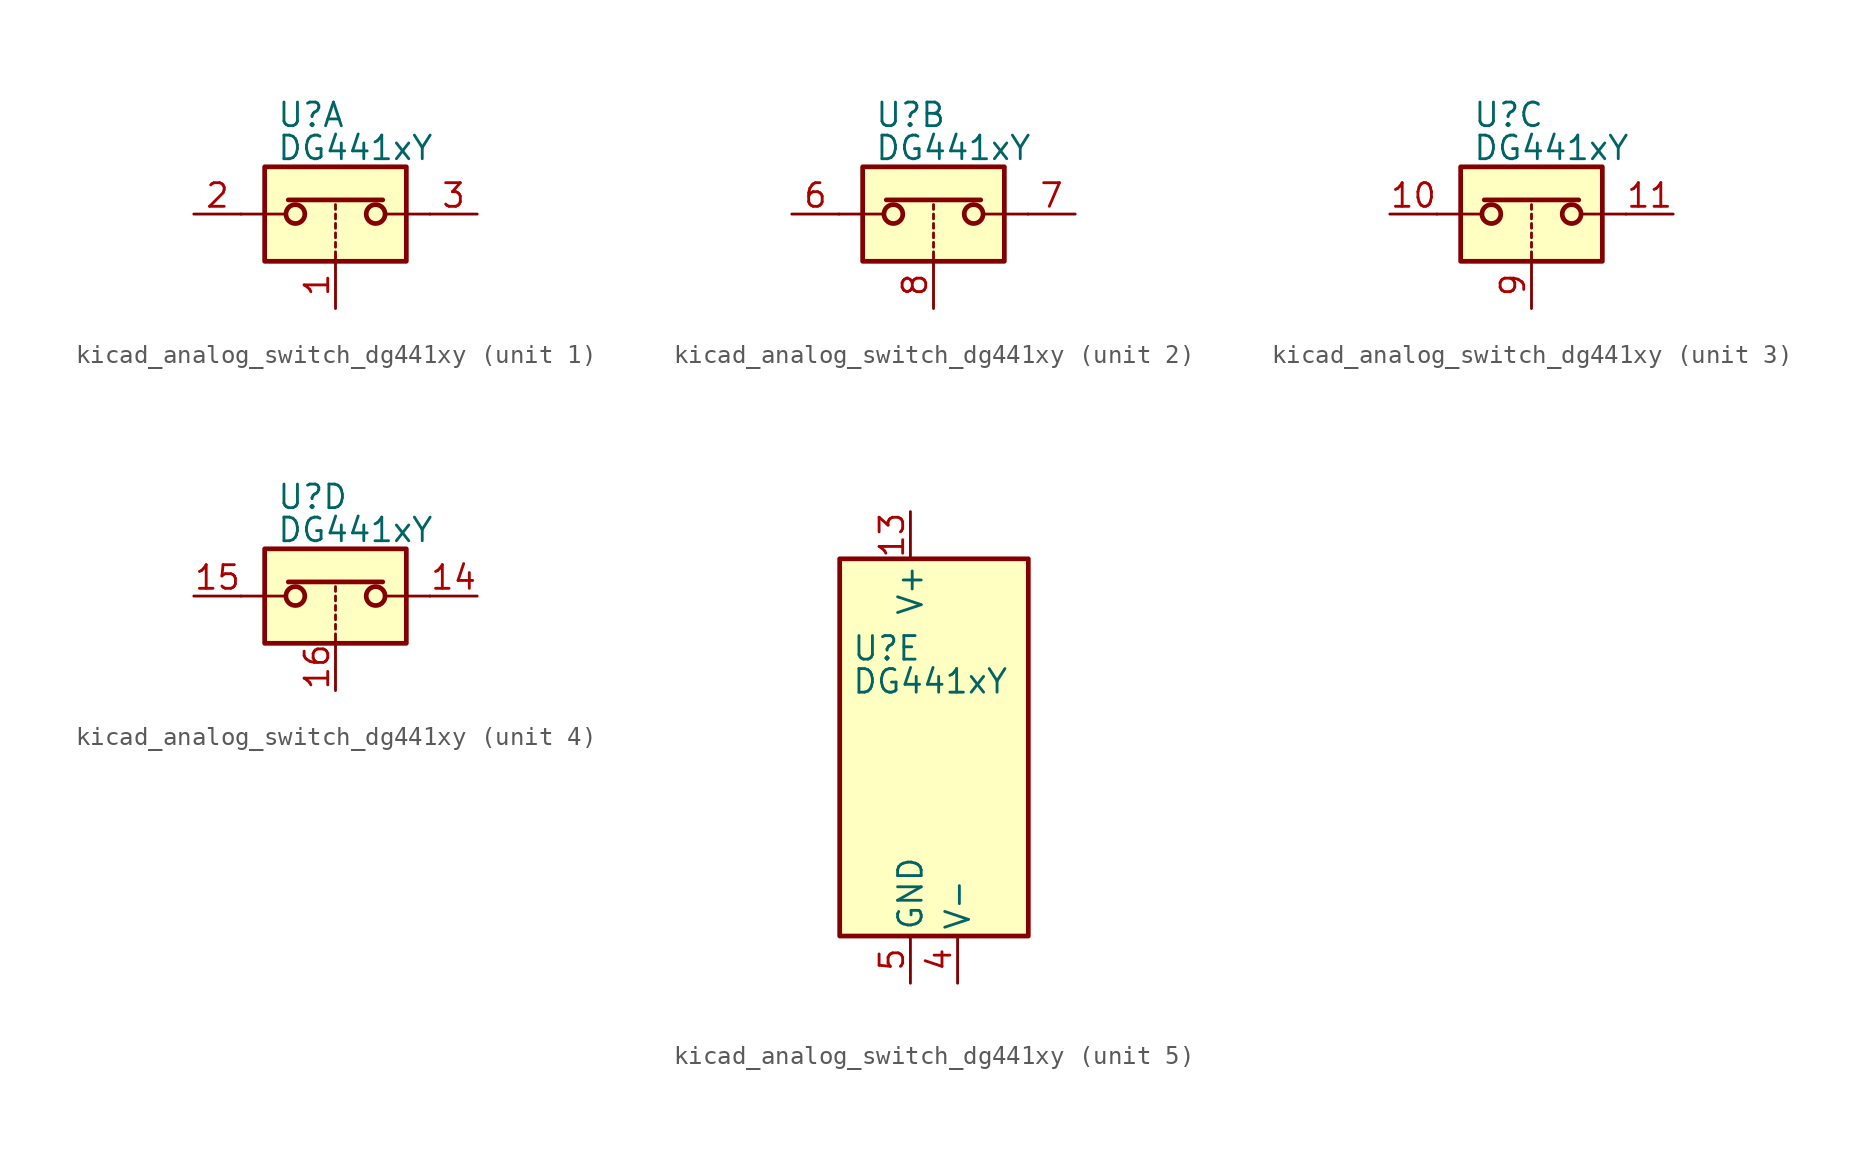
<source format=kicad_sym>
(kicad_symbol_lib
  (version 20220914)
  (generator kicad_symbol_editor)
  (symbol "kicad_analog_switch_dg441xy"
    (pin_names
      (offset 0.254))
    (property "Reference" "U"
      (at -3.175 5.334 0)
      (effects (font (size 1.27 1.27)) (justify left)))
    (property "Value" "DG441xY"
      (at -3.175 3.556 0)
      (effects (font (size 1.27 1.27)) (justify left)))
    (symbol "kicad_analog_switch_dg441xy_1_1"
      (rectangle (start -3.81 2.54) (end 3.81 -2.54) (stroke (width 0.254) (type default)) (fill (type background)))
      (circle (center -2.159 0) (radius 0.508) (stroke (width 0.254) (type default)) (fill (type none)))
      (polyline (pts (xy -5.08 0) (xy -2.794 0)) (stroke (width 0) (type default)) (fill (type none)))
      (polyline (pts (xy -2.54 0.762) (xy 2.54 0.762)) (stroke (width 0.254) (type default)) (fill (type none)))
      (polyline (pts (xy 0 -2.54) (xy 0 -2.032)) (stroke (width 0) (type default)) (fill (type none)))
      (polyline (pts (xy 0 -1.778) (xy 0 -1.524)) (stroke (width 0) (type default)) (fill (type none)))
      (polyline (pts (xy 0 -1.27) (xy 0 -1.016)) (stroke (width 0) (type default)) (fill (type none)))
      (polyline (pts (xy 0 -0.762) (xy 0 -0.508)) (stroke (width 0) (type default)) (fill (type none)))
      (polyline (pts (xy 0 -0.254) (xy 0 0)) (stroke (width 0) (type default)) (fill (type none)))
      (polyline (pts (xy 0 0.254) (xy 0 0.508)) (stroke (width 0) (type default)) (fill (type none)))
      (polyline (pts (xy 5.08 0) (xy 2.794 0)) (stroke (width 0) (type default)) (fill (type none)))
      (circle (center 2.159 0) (radius 0.508) (stroke (width 0.254) (type default)) (fill (type none)))
      (pin input line (at 0 -5.08 90) (length 2.54) (name "~" (effects (font (size 1.27 1.27)))) (number "1" (effects (font (size 1.27 1.27)))))
      (pin passive line (at -7.62 0 0) (length 2.54) (name "~" (effects (font (size 1.27 1.27)))) (number "2" (effects (font (size 1.27 1.27)))))
      (pin passive line (at 7.62 0 180) (length 2.54) (name "~" (effects (font (size 1.27 1.27)))) (number "3" (effects (font (size 1.27 1.27))))))
    (symbol "kicad_analog_switch_dg441xy_2_1"
      (rectangle (start -3.81 2.54) (end 3.81 -2.54) (stroke (width 0.254) (type default)) (fill (type background)))
      (circle (center -2.159 0) (radius 0.508) (stroke (width 0.254) (type default)) (fill (type none)))
      (polyline (pts (xy -5.08 0) (xy -2.794 0)) (stroke (width 0) (type default)) (fill (type none)))
      (polyline (pts (xy -2.54 0.762) (xy 2.54 0.762)) (stroke (width 0.254) (type default)) (fill (type none)))
      (polyline (pts (xy 0 -2.54) (xy 0 -2.032)) (stroke (width 0) (type default)) (fill (type none)))
      (polyline (pts (xy 0 -1.778) (xy 0 -1.524)) (stroke (width 0) (type default)) (fill (type none)))
      (polyline (pts (xy 0 -1.27) (xy 0 -1.016)) (stroke (width 0) (type default)) (fill (type none)))
      (polyline (pts (xy 0 -0.762) (xy 0 -0.508)) (stroke (width 0) (type default)) (fill (type none)))
      (polyline (pts (xy 0 -0.254) (xy 0 0)) (stroke (width 0) (type default)) (fill (type none)))
      (polyline (pts (xy 0 0.254) (xy 0 0.508)) (stroke (width 0) (type default)) (fill (type none)))
      (polyline (pts (xy 5.08 0) (xy 2.794 0)) (stroke (width 0) (type default)) (fill (type none)))
      (circle (center 2.159 0) (radius 0.508) (stroke (width 0.254) (type default)) (fill (type none)))
      (pin passive line (at -7.62 0 0) (length 2.54) (name "~" (effects (font (size 1.27 1.27)))) (number "6" (effects (font (size 1.27 1.27)))))
      (pin passive line (at 7.62 0 180) (length 2.54) (name "~" (effects (font (size 1.27 1.27)))) (number "7" (effects (font (size 1.27 1.27)))))
      (pin input line (at 0 -5.08 90) (length 2.54) (name "~" (effects (font (size 1.27 1.27)))) (number "8" (effects (font (size 1.27 1.27))))))
    (symbol "kicad_analog_switch_dg441xy_3_1"
      (rectangle (start -3.81 2.54) (end 3.81 -2.54) (stroke (width 0.254) (type default)) (fill (type background)))
      (circle (center -2.159 0) (radius 0.508) (stroke (width 0.254) (type default)) (fill (type none)))
      (polyline (pts (xy -5.08 0) (xy -2.794 0)) (stroke (width 0) (type default)) (fill (type none)))
      (polyline (pts (xy -2.54 0.762) (xy 2.54 0.762)) (stroke (width 0.254) (type default)) (fill (type none)))
      (polyline (pts (xy 0 -2.54) (xy 0 -2.032)) (stroke (width 0) (type default)) (fill (type none)))
      (polyline (pts (xy 0 -1.778) (xy 0 -1.524)) (stroke (width 0) (type default)) (fill (type none)))
      (polyline (pts (xy 0 -1.27) (xy 0 -1.016)) (stroke (width 0) (type default)) (fill (type none)))
      (polyline (pts (xy 0 -0.762) (xy 0 -0.508)) (stroke (width 0) (type default)) (fill (type none)))
      (polyline (pts (xy 0 -0.254) (xy 0 0)) (stroke (width 0) (type default)) (fill (type none)))
      (polyline (pts (xy 0 0.254) (xy 0 0.508)) (stroke (width 0) (type default)) (fill (type none)))
      (polyline (pts (xy 5.08 0) (xy 2.794 0)) (stroke (width 0) (type default)) (fill (type none)))
      (circle (center 2.159 0) (radius 0.508) (stroke (width 0.254) (type default)) (fill (type none)))
      (pin passive line (at -7.62 0 0) (length 2.54) (name "~" (effects (font (size 1.27 1.27)))) (number "10" (effects (font (size 1.27 1.27)))))
      (pin passive line (at 7.62 0 180) (length 2.54) (name "~" (effects (font (size 1.27 1.27)))) (number "11" (effects (font (size 1.27 1.27)))))
      (pin input line (at 0 -5.08 90) (length 2.54) (name "~" (effects (font (size 1.27 1.27)))) (number "9" (effects (font (size 1.27 1.27))))))
    (symbol "kicad_analog_switch_dg441xy_4_1"
      (rectangle (start -3.81 2.54) (end 3.81 -2.54) (stroke (width 0.254) (type default)) (fill (type background)))
      (circle (center -2.159 0) (radius 0.508) (stroke (width 0.254) (type default)) (fill (type none)))
      (polyline (pts (xy -5.08 0) (xy -2.794 0)) (stroke (width 0) (type default)) (fill (type none)))
      (polyline (pts (xy -2.54 0.762) (xy 2.54 0.762)) (stroke (width 0.254) (type default)) (fill (type none)))
      (polyline (pts (xy 0 -2.54) (xy 0 -2.032)) (stroke (width 0) (type default)) (fill (type none)))
      (polyline (pts (xy 0 -1.778) (xy 0 -1.524)) (stroke (width 0) (type default)) (fill (type none)))
      (polyline (pts (xy 0 -1.27) (xy 0 -1.016)) (stroke (width 0) (type default)) (fill (type none)))
      (polyline (pts (xy 0 -0.762) (xy 0 -0.508)) (stroke (width 0) (type default)) (fill (type none)))
      (polyline (pts (xy 0 -0.254) (xy 0 0)) (stroke (width 0) (type default)) (fill (type none)))
      (polyline (pts (xy 0 0.254) (xy 0 0.508)) (stroke (width 0) (type default)) (fill (type none)))
      (polyline (pts (xy 5.08 0) (xy 2.794 0)) (stroke (width 0) (type default)) (fill (type none)))
      (circle (center 2.159 0) (radius 0.508) (stroke (width 0.254) (type default)) (fill (type none)))
      (pin passive line (at 7.62 0 180) (length 2.54) (name "~" (effects (font (size 1.27 1.27)))) (number "14" (effects (font (size 1.27 1.27)))))
      (pin passive line (at -7.62 0 0) (length 2.54) (name "~" (effects (font (size 1.27 1.27)))) (number "15" (effects (font (size 1.27 1.27)))))
      (pin input line (at 0 -5.08 90) (length 2.54) (name "~" (effects (font (size 1.27 1.27)))) (number "16" (effects (font (size 1.27 1.27))))))
    (symbol "kicad_analog_switch_dg441xy_5_0"
      (pin no_connect line (at 2.54 10.16 270) (length 2.54) hide (name "NC" (effects (font (size 1.27 1.27)))) (number "12" (effects (font (size 1.27 1.27)))))
      (pin power_in line (at 0 12.7 270) (length 2.54) (name "V+" (effects (font (size 1.27 1.27)))) (number "13" (effects (font (size 1.27 1.27)))))
      (pin power_in line (at 2.54 -12.7 90) (length 2.54) (name "V-" (effects (font (size 1.27 1.27)))) (number "4" (effects (font (size 1.27 1.27)))))
      (pin power_in line (at 0 -12.7 90) (length 2.54) (name "GND" (effects (font (size 1.27 1.27)))) (number "5" (effects (font (size 1.27 1.27))))))
    (symbol "kicad_analog_switch_dg441xy_5_1"
      (rectangle (start -3.81 10.16) (end 6.35 -10.16) (stroke (width 0.254) (type default)) (fill (type background))))))
</source>
